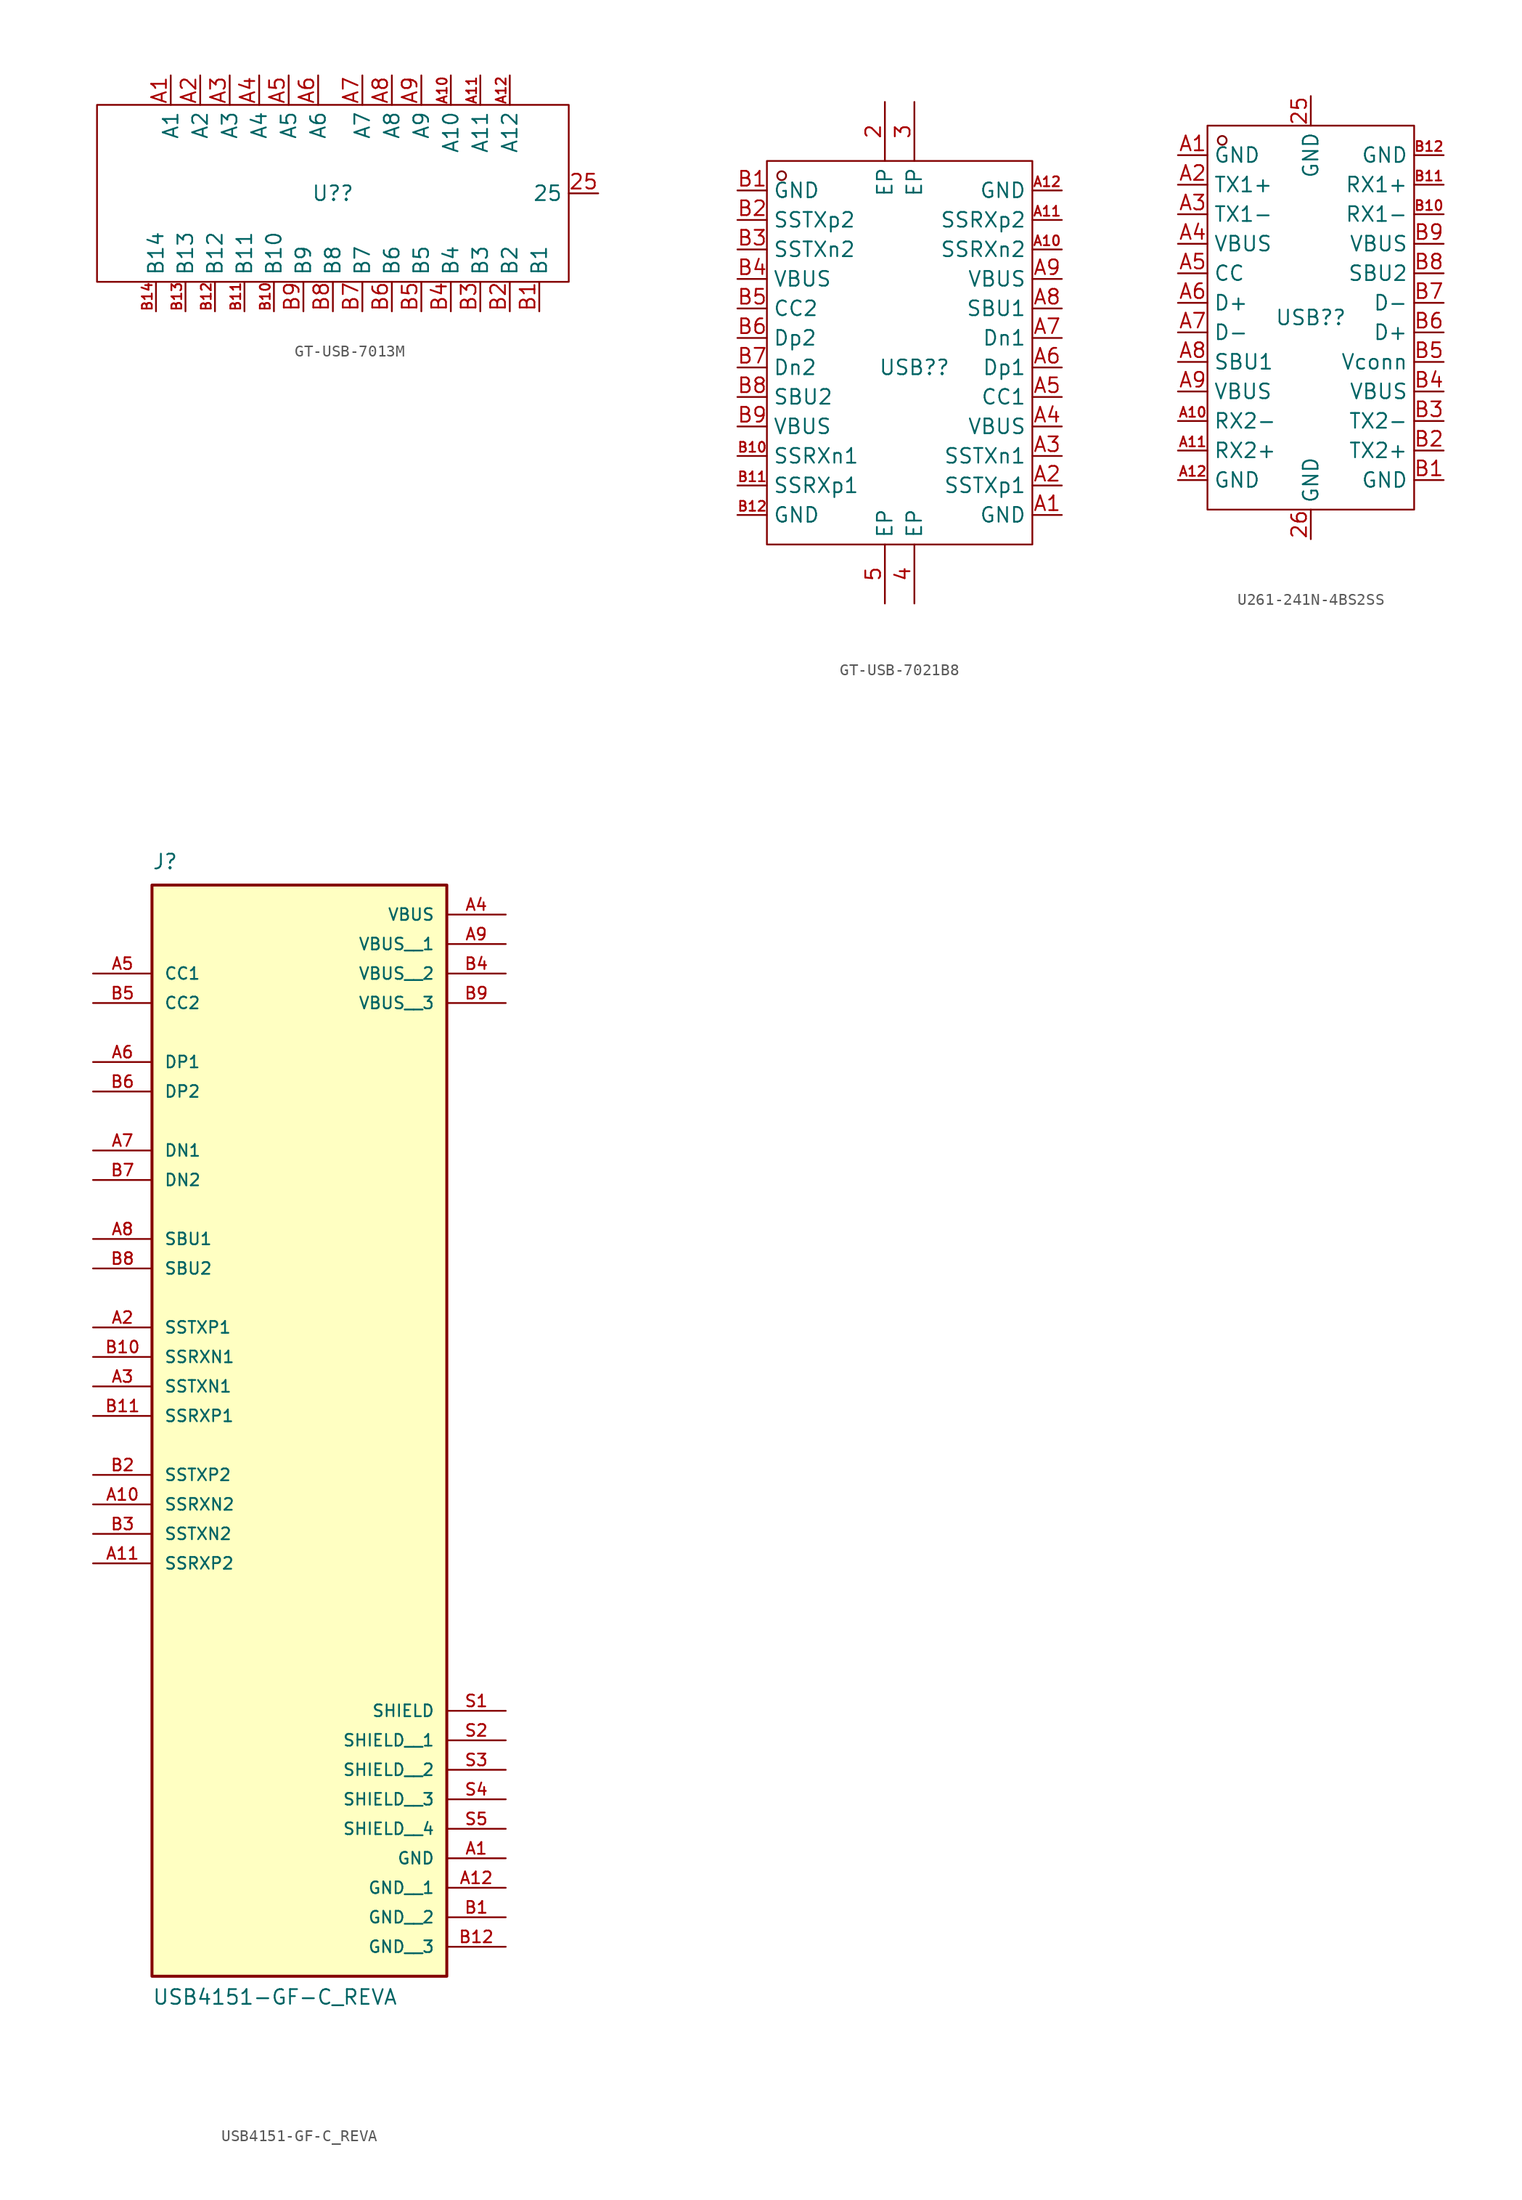
<source format=kicad_sym>
(kicad_symbol_lib
  (version 20231120)
  (generator "kicad_symbol_editor")
  (generator_version "8.0")
  (symbol "GT-USB-7013M"
    (property "Reference" "U?"
      (at 0 0 0)
      (effects (font (size 1.27 1.27))))
    (property "Value" ""
      (at 0 0 0)
      (effects (font (size 1.27 1.27))))
    (symbol "GT-USB-7013M_1_0"
      (rectangle (start -20.32 -7.62) (end 20.32 7.62) (stroke (width 0) (type default)) (fill (type none)))
      (pin unspecified line (at 22.86 0 180) (length 2.54) (name "25" (effects (font (size 1.27 1.27)))) (number "25" (effects (font (size 1.27 1.27)))))
      (pin unspecified line (at -13.97 10.16 270) (length 2.54) (name "A1" (effects (font (size 1.27 1.27)))) (number "A1" (effects (font (size 1.27 1.27)))))
      (pin unspecified line (at 10.16 10.16 270) (length 2.54) (name "A10" (effects (font (size 1.27 1.27)))) (number "A10" (effects (font (size 0.847 0.847)))))
      (pin unspecified line (at 12.7 10.16 270) (length 2.54) (name "A11" (effects (font (size 1.27 1.27)))) (number "A11" (effects (font (size 0.847 0.847)))))
      (pin unspecified line (at 15.24 10.16 270) (length 2.54) (name "A12" (effects (font (size 1.27 1.27)))) (number "A12" (effects (font (size 0.847 0.847)))))
      (pin unspecified line (at -11.43 10.16 270) (length 2.54) (name "A2" (effects (font (size 1.27 1.27)))) (number "A2" (effects (font (size 1.27 1.27)))))
      (pin unspecified line (at -8.89 10.16 270) (length 2.54) (name "A3" (effects (font (size 1.27 1.27)))) (number "A3" (effects (font (size 1.27 1.27)))))
      (pin unspecified line (at -6.35 10.16 270) (length 2.54) (name "A4" (effects (font (size 1.27 1.27)))) (number "A4" (effects (font (size 1.27 1.27)))))
      (pin unspecified line (at -3.81 10.16 270) (length 2.54) (name "A5" (effects (font (size 1.27 1.27)))) (number "A5" (effects (font (size 1.27 1.27)))))
      (pin unspecified line (at -1.27 10.16 270) (length 2.54) (name "A6" (effects (font (size 1.27 1.27)))) (number "A6" (effects (font (size 1.27 1.27)))))
      (pin unspecified line (at 2.54 10.16 270) (length 2.54) (name "A7" (effects (font (size 1.27 1.27)))) (number "A7" (effects (font (size 1.27 1.27)))))
      (pin unspecified line (at 5.08 10.16 270) (length 2.54) (name "A8" (effects (font (size 1.27 1.27)))) (number "A8" (effects (font (size 1.27 1.27)))))
      (pin unspecified line (at 7.62 10.16 270) (length 2.54) (name "A9" (effects (font (size 1.27 1.27)))) (number "A9" (effects (font (size 1.27 1.27)))))
      (pin unspecified line (at 17.78 -10.16 90) (length 2.54) (name "B1" (effects (font (size 1.27 1.27)))) (number "B1" (effects (font (size 1.27 1.27)))))
      (pin unspecified line (at -5.08 -10.16 90) (length 2.54) (name "B10" (effects (font (size 1.27 1.27)))) (number "B10" (effects (font (size 0.847 0.847)))))
      (pin unspecified line (at -7.62 -10.16 90) (length 2.54) (name "B11" (effects (font (size 1.27 1.27)))) (number "B11" (effects (font (size 0.847 0.847)))))
      (pin unspecified line (at -10.16 -10.16 90) (length 2.54) (name "B12" (effects (font (size 1.27 1.27)))) (number "B12" (effects (font (size 0.847 0.847)))))
      (pin unspecified line (at -12.7 -10.16 90) (length 2.54) (name "B13" (effects (font (size 1.27 1.27)))) (number "B13" (effects (font (size 0.847 0.847)))))
      (pin unspecified line (at -15.24 -10.16 90) (length 2.54) (name "B14" (effects (font (size 1.27 1.27)))) (number "B14" (effects (font (size 0.847 0.847)))))
      (pin unspecified line (at 15.24 -10.16 90) (length 2.54) (name "B2" (effects (font (size 1.27 1.27)))) (number "B2" (effects (font (size 1.27 1.27)))))
      (pin unspecified line (at 12.7 -10.16 90) (length 2.54) (name "B3" (effects (font (size 1.27 1.27)))) (number "B3" (effects (font (size 1.27 1.27)))))
      (pin unspecified line (at 10.16 -10.16 90) (length 2.54) (name "B4" (effects (font (size 1.27 1.27)))) (number "B4" (effects (font (size 1.27 1.27)))))
      (pin unspecified line (at 7.62 -10.16 90) (length 2.54) (name "B5" (effects (font (size 1.27 1.27)))) (number "B5" (effects (font (size 1.27 1.27)))))
      (pin unspecified line (at 5.08 -10.16 90) (length 2.54) (name "B6" (effects (font (size 1.27 1.27)))) (number "B6" (effects (font (size 1.27 1.27)))))
      (pin unspecified line (at 2.54 -10.16 90) (length 2.54) (name "B7" (effects (font (size 1.27 1.27)))) (number "B7" (effects (font (size 1.27 1.27)))))
      (pin unspecified line (at 0 -10.16 90) (length 2.54) (name "B8" (effects (font (size 1.27 1.27)))) (number "B8" (effects (font (size 1.27 1.27)))))
      (pin unspecified line (at -2.54 -10.16 90) (length 2.54) (name "B9" (effects (font (size 1.27 1.27)))) (number "B9" (effects (font (size 1.27 1.27)))))))
  (symbol "GT-USB-7021B8"
    (property "Reference" "USB?"
      (at 0 0 0)
      (effects (font (size 1.27 1.27))))
    (property "Value" ""
      (at 0 0 0)
      (effects (font (size 1.27 1.27))))
    (symbol "GT-USB-7021B8_1_0"
      (rectangle (start -12.7 -15.24) (end 10.16 17.78) (stroke (width 0) (type default)) (fill (type none)))
      (circle (center -11.43 16.51) (radius 0.381) (stroke (width 0) (type default)) (fill (type none)))
      (pin unspecified line (at -2.54 22.86 270) (length 5.08) (name "EP" (effects (font (size 1.27 1.27)))) (number "2" (effects (font (size 1.27 1.27)))))
      (pin unspecified line (at 0 22.86 270) (length 5.08) (name "EP" (effects (font (size 1.27 1.27)))) (number "3" (effects (font (size 1.27 1.27)))))
      (pin unspecified line (at 0 -20.32 90) (length 5.08) (name "EP" (effects (font (size 1.27 1.27)))) (number "4" (effects (font (size 1.27 1.27)))))
      (pin unspecified line (at -2.54 -20.32 90) (length 5.08) (name "EP" (effects (font (size 1.27 1.27)))) (number "5" (effects (font (size 1.27 1.27)))))
      (pin unspecified line (at 12.7 -12.7 180) (length 2.54) (name "GND" (effects (font (size 1.27 1.27)))) (number "A1" (effects (font (size 1.27 1.27)))))
      (pin unspecified line (at 12.7 10.16 180) (length 2.54) (name "SSRXn2" (effects (font (size 1.27 1.27)))) (number "A10" (effects (font (size 0.847 0.847)))))
      (pin unspecified line (at 12.7 12.7 180) (length 2.54) (name "SSRXp2" (effects (font (size 1.27 1.27)))) (number "A11" (effects (font (size 0.847 0.847)))))
      (pin unspecified line (at 12.7 15.24 180) (length 2.54) (name "GND" (effects (font (size 1.27 1.27)))) (number "A12" (effects (font (size 0.847 0.847)))))
      (pin unspecified line (at 12.7 -10.16 180) (length 2.54) (name "SSTXp1" (effects (font (size 1.27 1.27)))) (number "A2" (effects (font (size 1.27 1.27)))))
      (pin unspecified line (at 12.7 -7.62 180) (length 2.54) (name "SSTXn1" (effects (font (size 1.27 1.27)))) (number "A3" (effects (font (size 1.27 1.27)))))
      (pin unspecified line (at 12.7 -5.08 180) (length 2.54) (name "VBUS" (effects (font (size 1.27 1.27)))) (number "A4" (effects (font (size 1.27 1.27)))))
      (pin unspecified line (at 12.7 -2.54 180) (length 2.54) (name "CC1" (effects (font (size 1.27 1.27)))) (number "A5" (effects (font (size 1.27 1.27)))))
      (pin unspecified line (at 12.7 0 180) (length 2.54) (name "Dp1" (effects (font (size 1.27 1.27)))) (number "A6" (effects (font (size 1.27 1.27)))))
      (pin unspecified line (at 12.7 2.54 180) (length 2.54) (name "Dn1" (effects (font (size 1.27 1.27)))) (number "A7" (effects (font (size 1.27 1.27)))))
      (pin unspecified line (at 12.7 5.08 180) (length 2.54) (name "SBU1" (effects (font (size 1.27 1.27)))) (number "A8" (effects (font (size 1.27 1.27)))))
      (pin unspecified line (at 12.7 7.62 180) (length 2.54) (name "VBUS" (effects (font (size 1.27 1.27)))) (number "A9" (effects (font (size 1.27 1.27)))))
      (pin unspecified line (at -15.24 15.24 0) (length 2.54) (name "GND" (effects (font (size 1.27 1.27)))) (number "B1" (effects (font (size 1.27 1.27)))))
      (pin unspecified line (at -15.24 -7.62 0) (length 2.54) (name "SSRXn1" (effects (font (size 1.27 1.27)))) (number "B10" (effects (font (size 0.847 0.847)))))
      (pin unspecified line (at -15.24 -10.16 0) (length 2.54) (name "SSRXp1" (effects (font (size 1.27 1.27)))) (number "B11" (effects (font (size 0.847 0.847)))))
      (pin unspecified line (at -15.24 -12.7 0) (length 2.54) (name "GND" (effects (font (size 1.27 1.27)))) (number "B12" (effects (font (size 0.847 0.847)))))
      (pin unspecified line (at -15.24 12.7 0) (length 2.54) (name "SSTXp2" (effects (font (size 1.27 1.27)))) (number "B2" (effects (font (size 1.27 1.27)))))
      (pin unspecified line (at -15.24 10.16 0) (length 2.54) (name "SSTXn2" (effects (font (size 1.27 1.27)))) (number "B3" (effects (font (size 1.27 1.27)))))
      (pin unspecified line (at -15.24 7.62 0) (length 2.54) (name "VBUS" (effects (font (size 1.27 1.27)))) (number "B4" (effects (font (size 1.27 1.27)))))
      (pin unspecified line (at -15.24 5.08 0) (length 2.54) (name "CC2" (effects (font (size 1.27 1.27)))) (number "B5" (effects (font (size 1.27 1.27)))))
      (pin unspecified line (at -15.24 2.54 0) (length 2.54) (name "Dp2" (effects (font (size 1.27 1.27)))) (number "B6" (effects (font (size 1.27 1.27)))))
      (pin unspecified line (at -15.24 0 0) (length 2.54) (name "Dn2" (effects (font (size 1.27 1.27)))) (number "B7" (effects (font (size 1.27 1.27)))))
      (pin unspecified line (at -15.24 -2.54 0) (length 2.54) (name "SBU2" (effects (font (size 1.27 1.27)))) (number "B8" (effects (font (size 1.27 1.27)))))
      (pin unspecified line (at -15.24 -5.08 0) (length 2.54) (name "VBUS" (effects (font (size 1.27 1.27)))) (number "B9" (effects (font (size 1.27 1.27)))))))
  (symbol "U261-241N-4BS2SS"
    (property "Reference" "USB?"
      (at 0 0 0)
      (effects (font (size 1.27 1.27))))
    (property "Value" ""
      (at 0 0 0)
      (effects (font (size 1.27 1.27))))
    (symbol "U261-241N-4BS2SS_1_0"
      (rectangle (start -8.89 -16.51) (end 8.89 16.51) (stroke (width 0) (type default)) (fill (type none)))
      (circle (center -7.62 15.24) (radius 0.381) (stroke (width 0) (type default)) (fill (type none)))
      (pin unspecified line (at 0 19.05 270) (length 2.54) (name "GND" (effects (font (size 1.27 1.27)))) (number "25" (effects (font (size 1.27 1.27)))))
      (pin unspecified line (at 0 -19.05 90) (length 2.54) (name "GND" (effects (font (size 1.27 1.27)))) (number "26" (effects (font (size 1.27 1.27)))))
      (pin unspecified line (at -11.43 13.97 0) (length 2.54) (name "GND" (effects (font (size 1.27 1.27)))) (number "A1" (effects (font (size 1.27 1.27)))))
      (pin unspecified line (at -11.43 -8.89 0) (length 2.54) (name "RX2-" (effects (font (size 1.27 1.27)))) (number "A10" (effects (font (size 0.847 0.847)))))
      (pin unspecified line (at -11.43 -11.43 0) (length 2.54) (name "RX2+" (effects (font (size 1.27 1.27)))) (number "A11" (effects (font (size 0.847 0.847)))))
      (pin unspecified line (at -11.43 -13.97 0) (length 2.54) (name "GND" (effects (font (size 1.27 1.27)))) (number "A12" (effects (font (size 0.847 0.847)))))
      (pin unspecified line (at -11.43 11.43 0) (length 2.54) (name "TX1+" (effects (font (size 1.27 1.27)))) (number "A2" (effects (font (size 1.27 1.27)))))
      (pin unspecified line (at -11.43 8.89 0) (length 2.54) (name "TX1-" (effects (font (size 1.27 1.27)))) (number "A3" (effects (font (size 1.27 1.27)))))
      (pin unspecified line (at -11.43 6.35 0) (length 2.54) (name "VBUS" (effects (font (size 1.27 1.27)))) (number "A4" (effects (font (size 1.27 1.27)))))
      (pin unspecified line (at -11.43 3.81 0) (length 2.54) (name "CC" (effects (font (size 1.27 1.27)))) (number "A5" (effects (font (size 1.27 1.27)))))
      (pin unspecified line (at -11.43 1.27 0) (length 2.54) (name "D+" (effects (font (size 1.27 1.27)))) (number "A6" (effects (font (size 1.27 1.27)))))
      (pin unspecified line (at -11.43 -1.27 0) (length 2.54) (name "D-" (effects (font (size 1.27 1.27)))) (number "A7" (effects (font (size 1.27 1.27)))))
      (pin unspecified line (at -11.43 -3.81 0) (length 2.54) (name "SBU1" (effects (font (size 1.27 1.27)))) (number "A8" (effects (font (size 1.27 1.27)))))
      (pin unspecified line (at -11.43 -6.35 0) (length 2.54) (name "VBUS" (effects (font (size 1.27 1.27)))) (number "A9" (effects (font (size 1.27 1.27)))))
      (pin unspecified line (at 11.43 -13.97 180) (length 2.54) (name "GND" (effects (font (size 1.27 1.27)))) (number "B1" (effects (font (size 1.27 1.27)))))
      (pin unspecified line (at 11.43 8.89 180) (length 2.54) (name "RX1-" (effects (font (size 1.27 1.27)))) (number "B10" (effects (font (size 0.847 0.847)))))
      (pin unspecified line (at 11.43 11.43 180) (length 2.54) (name "RX1+" (effects (font (size 1.27 1.27)))) (number "B11" (effects (font (size 0.847 0.847)))))
      (pin unspecified line (at 11.43 13.97 180) (length 2.54) (name "GND" (effects (font (size 1.27 1.27)))) (number "B12" (effects (font (size 0.847 0.847)))))
      (pin unspecified line (at 11.43 -11.43 180) (length 2.54) (name "TX2+" (effects (font (size 1.27 1.27)))) (number "B2" (effects (font (size 1.27 1.27)))))
      (pin unspecified line (at 11.43 -8.89 180) (length 2.54) (name "TX2-" (effects (font (size 1.27 1.27)))) (number "B3" (effects (font (size 1.27 1.27)))))
      (pin unspecified line (at 11.43 -6.35 180) (length 2.54) (name "VBUS" (effects (font (size 1.27 1.27)))) (number "B4" (effects (font (size 1.27 1.27)))))
      (pin unspecified line (at 11.43 -3.81 180) (length 2.54) (name "Vconn" (effects (font (size 1.27 1.27)))) (number "B5" (effects (font (size 1.27 1.27)))))
      (pin unspecified line (at 11.43 -1.27 180) (length 2.54) (name "D+" (effects (font (size 1.27 1.27)))) (number "B6" (effects (font (size 1.27 1.27)))))
      (pin unspecified line (at 11.43 1.27 180) (length 2.54) (name "D-" (effects (font (size 1.27 1.27)))) (number "B7" (effects (font (size 1.27 1.27)))))
      (pin unspecified line (at 11.43 3.81 180) (length 2.54) (name "SBU2" (effects (font (size 1.27 1.27)))) (number "B8" (effects (font (size 1.27 1.27)))))
      (pin unspecified line (at 11.43 6.35 180) (length 2.54) (name "VBUS" (effects (font (size 1.27 1.27)))) (number "B9" (effects (font (size 1.27 1.27)))))))
  (symbol "USB4151-GF-C_REVA"
    (pin_names
      (offset 1.016))
    (property "Reference" "J"
      (at -12.7 34.29 0)
      (effects (font (size 1.27 1.27)) (justify left bottom)))
    (property "Value" "USB4151-GF-C_REVA"
      (at -12.7 -63.5 0)
      (effects (font (size 1.27 1.27)) (justify left bottom)))
    (symbol "USB4151-GF-C_REVA_0_0"
      (rectangle (start -12.7 -60.96) (end 12.7 33.02) (stroke (width 0.254) (type default)) (fill (type background)))
      (pin power_in line (at 17.78 -50.8 180) (length 5.08) (name "GND" (effects (font (size 1.016 1.016)))) (number "A1" (effects (font (size 1.016 1.016)))))
      (pin passive line (at -17.78 -20.32 0) (length 5.08) (name "SSRXN2" (effects (font (size 1.016 1.016)))) (number "A10" (effects (font (size 1.016 1.016)))))
      (pin passive line (at -17.78 -25.4 0) (length 5.08) (name "SSRXP2" (effects (font (size 1.016 1.016)))) (number "A11" (effects (font (size 1.016 1.016)))))
      (pin power_in line (at 17.78 -53.34 180) (length 5.08) (name "GND__1" (effects (font (size 1.016 1.016)))) (number "A12" (effects (font (size 1.016 1.016)))))
      (pin passive line (at -17.78 -5.08 0) (length 5.08) (name "SSTXP1" (effects (font (size 1.016 1.016)))) (number "A2" (effects (font (size 1.016 1.016)))))
      (pin passive line (at -17.78 -10.16 0) (length 5.08) (name "SSTXN1" (effects (font (size 1.016 1.016)))) (number "A3" (effects (font (size 1.016 1.016)))))
      (pin power_in line (at 17.78 30.48 180) (length 5.08) (name "VBUS" (effects (font (size 1.016 1.016)))) (number "A4" (effects (font (size 1.016 1.016)))))
      (pin passive line (at -17.78 25.4 0) (length 5.08) (name "CC1" (effects (font (size 1.016 1.016)))) (number "A5" (effects (font (size 1.016 1.016)))))
      (pin passive line (at -17.78 17.78 0) (length 5.08) (name "DP1" (effects (font (size 1.016 1.016)))) (number "A6" (effects (font (size 1.016 1.016)))))
      (pin passive line (at -17.78 10.16 0) (length 5.08) (name "DN1" (effects (font (size 1.016 1.016)))) (number "A7" (effects (font (size 1.016 1.016)))))
      (pin passive line (at -17.78 2.54 0) (length 5.08) (name "SBU1" (effects (font (size 1.016 1.016)))) (number "A8" (effects (font (size 1.016 1.016)))))
      (pin power_in line (at 17.78 27.94 180) (length 5.08) (name "VBUS__1" (effects (font (size 1.016 1.016)))) (number "A9" (effects (font (size 1.016 1.016)))))
      (pin power_in line (at 17.78 -55.88 180) (length 5.08) (name "GND__2" (effects (font (size 1.016 1.016)))) (number "B1" (effects (font (size 1.016 1.016)))))
      (pin passive line (at -17.78 -7.62 0) (length 5.08) (name "SSRXN1" (effects (font (size 1.016 1.016)))) (number "B10" (effects (font (size 1.016 1.016)))))
      (pin passive line (at -17.78 -12.7 0) (length 5.08) (name "SSRXP1" (effects (font (size 1.016 1.016)))) (number "B11" (effects (font (size 1.016 1.016)))))
      (pin power_in line (at 17.78 -58.42 180) (length 5.08) (name "GND__3" (effects (font (size 1.016 1.016)))) (number "B12" (effects (font (size 1.016 1.016)))))
      (pin passive line (at -17.78 -17.78 0) (length 5.08) (name "SSTXP2" (effects (font (size 1.016 1.016)))) (number "B2" (effects (font (size 1.016 1.016)))))
      (pin passive line (at -17.78 -22.86 0) (length 5.08) (name "SSTXN2" (effects (font (size 1.016 1.016)))) (number "B3" (effects (font (size 1.016 1.016)))))
      (pin power_in line (at 17.78 25.4 180) (length 5.08) (name "VBUS__2" (effects (font (size 1.016 1.016)))) (number "B4" (effects (font (size 1.016 1.016)))))
      (pin passive line (at -17.78 22.86 0) (length 5.08) (name "CC2" (effects (font (size 1.016 1.016)))) (number "B5" (effects (font (size 1.016 1.016)))))
      (pin passive line (at -17.78 15.24 0) (length 5.08) (name "DP2" (effects (font (size 1.016 1.016)))) (number "B6" (effects (font (size 1.016 1.016)))))
      (pin passive line (at -17.78 7.62 0) (length 5.08) (name "DN2" (effects (font (size 1.016 1.016)))) (number "B7" (effects (font (size 1.016 1.016)))))
      (pin passive line (at -17.78 0 0) (length 5.08) (name "SBU2" (effects (font (size 1.016 1.016)))) (number "B8" (effects (font (size 1.016 1.016)))))
      (pin power_in line (at 17.78 22.86 180) (length 5.08) (name "VBUS__3" (effects (font (size 1.016 1.016)))) (number "B9" (effects (font (size 1.016 1.016)))))
      (pin passive line (at 17.78 -38.1 180) (length 5.08) (name "SHIELD" (effects (font (size 1.016 1.016)))) (number "S1" (effects (font (size 1.016 1.016)))))
      (pin passive line (at 17.78 -40.64 180) (length 5.08) (name "SHIELD__1" (effects (font (size 1.016 1.016)))) (number "S2" (effects (font (size 1.016 1.016)))))
      (pin passive line (at 17.78 -43.18 180) (length 5.08) (name "SHIELD__2" (effects (font (size 1.016 1.016)))) (number "S3" (effects (font (size 1.016 1.016)))))
      (pin passive line (at 17.78 -45.72 180) (length 5.08) (name "SHIELD__3" (effects (font (size 1.016 1.016)))) (number "S4" (effects (font (size 1.016 1.016)))))
      (pin passive line (at 17.78 -48.26 180) (length 5.08) (name "SHIELD__4" (effects (font (size 1.016 1.016)))) (number "S5" (effects (font (size 1.016 1.016))))))))
</source>
